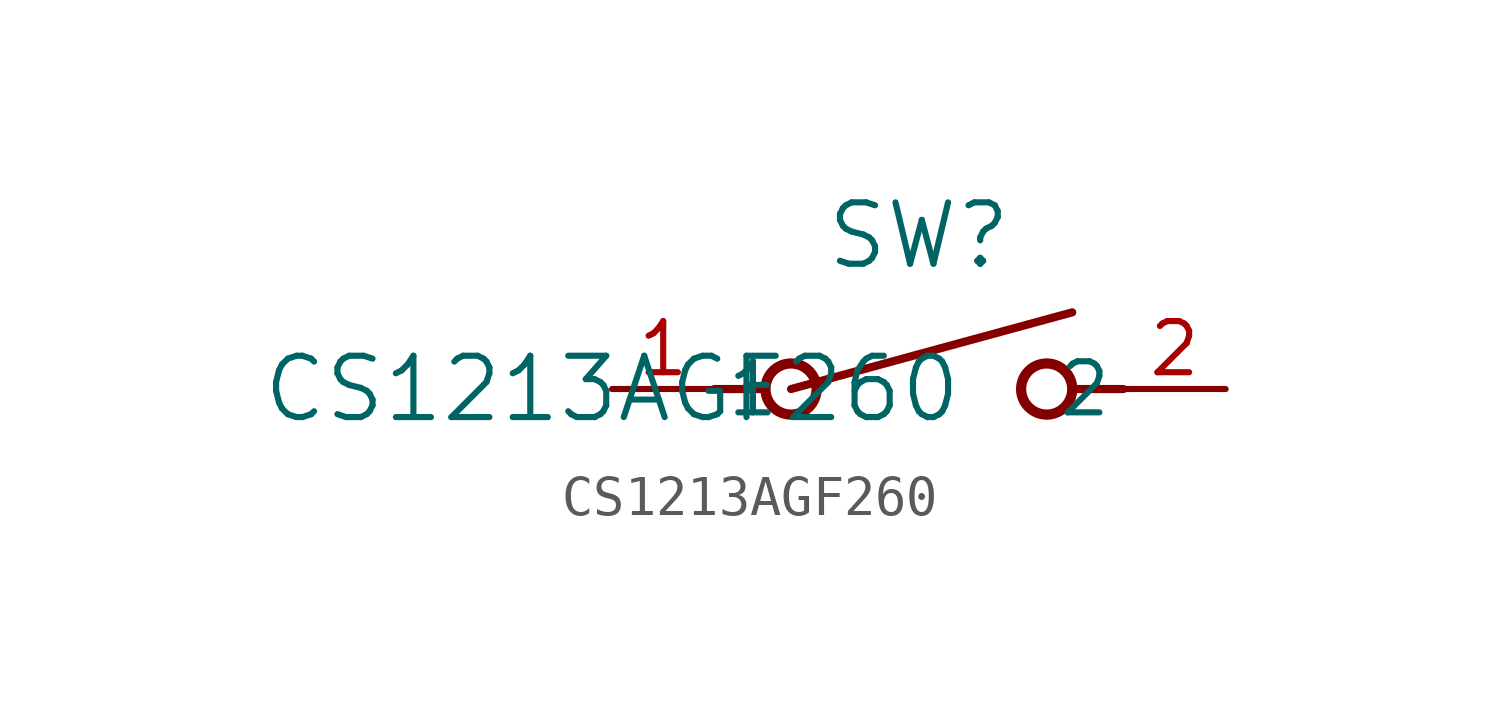
<source format=kicad_sym>
(kicad_symbol_lib
  (version 20211014)
  (generator kicad_symbol_editor)
  (symbol "CS1213AGF260"
    (pin_names
      (offset 0.254))
    (property "Reference" "SW"
      (at 7.62 3.81 0)
      (effects (font (size 1.524 1.524))))
    (property "Value" "CS1213AGF260"
      (at 0 0 0)
      (effects (font (size 1.524 1.524))))
    (symbol "CS1213AGF260_0_1"
      (polyline (pts (xy 2.54 0) (xy 3.81 0)) (stroke (width 0.203) (type default) (color 0 0 0 0)) (fill (type none)))
      (circle (center 10.795 0) (radius 0.635) (stroke (width 0.254) (type default) (color 0 0 0 0)) (fill (type none)))
      (circle (center 4.445 0) (radius 0.635) (stroke (width 0.254) (type default) (color 0 0 0 0)) (fill (type none)))
      (polyline (pts (xy 12.7 0) (xy 11.43 0)) (stroke (width 0.203) (type default) (color 0 0 0 0)) (fill (type none)))
      (polyline (pts (xy 4.445 0) (xy 11.43 1.905)) (stroke (width 0.203) (type default) (color 0 0 0 0)) (fill (type none)))
      (pin unspecified line (at 0 0 0) (length 2.54) (name "1" (effects (font (size 1.27 1.27)))) (number "1" (effects (font (size 1.27 1.27)))))
      (pin unspecified line (at 15.24 0 180) (length 2.54) (name "2" (effects (font (size 1.27 1.27)))) (number "2" (effects (font (size 1.27 1.27))))))))
</source>
